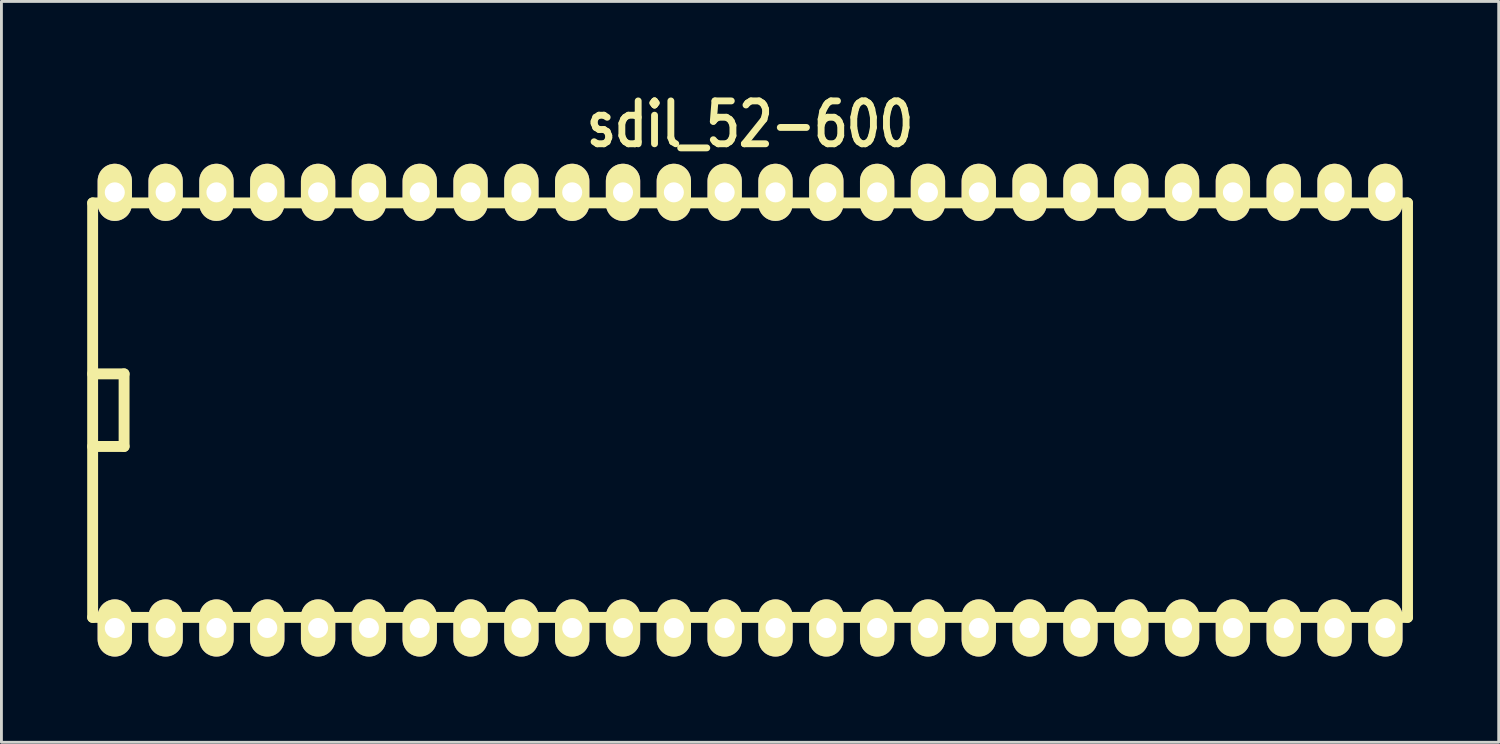
<source format=kicad_pcb>
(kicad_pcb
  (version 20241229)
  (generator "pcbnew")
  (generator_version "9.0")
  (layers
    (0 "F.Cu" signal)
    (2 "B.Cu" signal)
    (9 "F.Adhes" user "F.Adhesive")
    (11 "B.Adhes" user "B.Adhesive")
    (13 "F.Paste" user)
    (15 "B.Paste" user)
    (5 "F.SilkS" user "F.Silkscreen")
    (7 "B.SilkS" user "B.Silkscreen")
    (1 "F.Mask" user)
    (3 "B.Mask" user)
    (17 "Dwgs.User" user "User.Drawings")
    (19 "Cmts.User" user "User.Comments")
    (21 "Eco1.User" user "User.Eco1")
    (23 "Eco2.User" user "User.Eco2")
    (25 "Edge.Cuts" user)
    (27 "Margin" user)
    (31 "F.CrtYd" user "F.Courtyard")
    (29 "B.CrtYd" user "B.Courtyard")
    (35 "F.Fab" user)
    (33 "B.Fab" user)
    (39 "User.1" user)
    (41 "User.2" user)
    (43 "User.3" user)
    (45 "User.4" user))
  (footprint "sdil_52-600"
    (layer "F.Cu")
    (at 23.191 11.299)
    (property "Reference" "sdil_52-600" (at 0 -10 0) (layer "F.SilkS") (effects (font (size 1.5 1.2) (thickness 0.24))))
    (attr through_hole)
    (fp_line (start -23 -7.25) (end -23 7.25) (stroke (width 0.381) (type solid)) (layer "F.SilkS"))
    (fp_line (start -21.9 -1.27) (end -23 -1.27) (stroke (width 0.381) (type solid)) (layer "F.SilkS"))
    (fp_line (start -21.9 -1.27) (end -21.9 1.27) (stroke (width 0.381) (type solid)) (layer "F.SilkS"))
    (fp_line (start -21.9 1.27) (end -23 1.27) (stroke (width 0.381) (type solid)) (layer "F.SilkS"))
    (fp_line (start 23 -7.25) (end -23 -7.25) (stroke (width 0.381) (type solid)) (layer "F.SilkS"))
    (fp_line (start 23 7.25) (end -23 7.25) (stroke (width 0.381) (type solid)) (layer "F.SilkS"))
    (fp_line (start 23 7.25) (end 23 -7.25) (stroke (width 0.381) (type solid)) (layer "F.SilkS"))
    (pad "1" thru_hole oval (at -22.225 7.62) (size 1.2 2) (drill 0.7) (layers "*.Cu" "*.Mask" "F.SilkS"))
    (pad "2" thru_hole oval (at -20.447 7.62) (size 1.2 2) (drill 0.7) (layers "*.Cu" "*.Mask" "F.SilkS"))
    (pad "3" thru_hole oval (at -18.669 7.62) (size 1.2 2) (drill 0.7) (layers "*.Cu" "*.Mask" "F.SilkS"))
    (pad "4" thru_hole oval (at -16.891 7.62) (size 1.2 2) (drill 0.7) (layers "*.Cu" "*.Mask" "F.SilkS"))
    (pad "5" thru_hole oval (at -15.113 7.62) (size 1.2 2) (drill 0.7) (layers "*.Cu" "*.Mask" "F.SilkS"))
    (pad "6" thru_hole oval (at -13.335 7.62) (size 1.2 2) (drill 0.7) (layers "*.Cu" "*.Mask" "F.SilkS"))
    (pad "7" thru_hole oval (at -11.557 7.62) (size 1.2 2) (drill 0.7) (layers "*.Cu" "*.Mask" "F.SilkS"))
    (pad "8" thru_hole oval (at -9.779 7.62) (size 1.2 2) (drill 0.7) (layers "*.Cu" "*.Mask" "F.SilkS"))
    (pad "9" thru_hole oval (at -8.001 7.62) (size 1.2 2) (drill 0.7) (layers "*.Cu" "*.Mask" "F.SilkS"))
    (pad "10" thru_hole oval (at -6.223 7.62) (size 1.2 2) (drill 0.7) (layers "*.Cu" "*.Mask" "F.SilkS"))
    (pad "11" thru_hole oval (at -4.445 7.62) (size 1.2 2) (drill 0.7) (layers "*.Cu" "*.Mask" "F.SilkS"))
    (pad "12" thru_hole oval (at -2.667 7.62) (size 1.2 2) (drill 0.7) (layers "*.Cu" "*.Mask" "F.SilkS"))
    (pad "13" thru_hole oval (at -0.889 7.62) (size 1.2 2) (drill 0.7) (layers "*.Cu" "*.Mask" "F.SilkS"))
    (pad "14" thru_hole oval (at 0.889 7.62) (size 1.2 2) (drill 0.7) (layers "*.Cu" "*.Mask" "F.SilkS"))
    (pad "15" thru_hole oval (at 2.667 7.62) (size 1.2 2) (drill 0.7) (layers "*.Cu" "*.Mask" "F.SilkS"))
    (pad "16" thru_hole oval (at 4.445 7.62) (size 1.2 2) (drill 0.7) (layers "*.Cu" "*.Mask" "F.SilkS"))
    (pad "17" thru_hole oval (at 6.223 7.62) (size 1.2 2) (drill 0.7) (layers "*.Cu" "*.Mask" "F.SilkS"))
    (pad "18" thru_hole oval (at 8.001 7.62) (size 1.2 2) (drill 0.7) (layers "*.Cu" "*.Mask" "F.SilkS"))
    (pad "19" thru_hole oval (at 9.779 7.62) (size 1.2 2) (drill 0.7) (layers "*.Cu" "*.Mask" "F.SilkS"))
    (pad "20" thru_hole oval (at 11.557 7.62) (size 1.2 2) (drill 0.7) (layers "*.Cu" "*.Mask" "F.SilkS"))
    (pad "21" thru_hole oval (at 13.335 7.62) (size 1.2 2) (drill 0.7) (layers "*.Cu" "*.Mask" "F.SilkS"))
    (pad "22" thru_hole oval (at 15.113 7.62) (size 1.2 2) (drill 0.7) (layers "*.Cu" "*.Mask" "F.SilkS"))
    (pad "23" thru_hole oval (at 16.891 7.62) (size 1.2 2) (drill 0.7) (layers "*.Cu" "*.Mask" "F.SilkS"))
    (pad "24" thru_hole oval (at 18.669 7.62) (size 1.2 2) (drill 0.7) (layers "*.Cu" "*.Mask" "F.SilkS"))
    (pad "25" thru_hole oval (at 20.447 7.62) (size 1.2 2) (drill 0.7) (layers "*.Cu" "*.Mask" "F.SilkS"))
    (pad "26" thru_hole oval (at 22.225 7.62) (size 1.2 2) (drill 0.7) (layers "*.Cu" "*.Mask" "F.SilkS"))
    (pad "27" thru_hole oval (at 22.225 -7.62) (size 1.2 2) (drill 0.7) (layers "*.Cu" "*.Mask" "F.SilkS"))
    (pad "28" thru_hole oval (at 20.447 -7.62) (size 1.2 2) (drill 0.7) (layers "*.Cu" "*.Mask" "F.SilkS"))
    (pad "29" thru_hole oval (at 18.669 -7.62) (size 1.2 2) (drill 0.7) (layers "*.Cu" "*.Mask" "F.SilkS"))
    (pad "30" thru_hole oval (at 16.891 -7.62) (size 1.2 2) (drill 0.7) (layers "*.Cu" "*.Mask" "F.SilkS"))
    (pad "31" thru_hole oval (at 15.113 -7.62) (size 1.2 2) (drill 0.7) (layers "*.Cu" "*.Mask" "F.SilkS"))
    (pad "32" thru_hole oval (at 13.335 -7.62) (size 1.2 2) (drill 0.7) (layers "*.Cu" "*.Mask" "F.SilkS"))
    (pad "33" thru_hole oval (at 11.557 -7.62) (size 1.2 2) (drill 0.7) (layers "*.Cu" "*.Mask" "F.SilkS"))
    (pad "34" thru_hole oval (at 9.779 -7.62) (size 1.2 2) (drill 0.7) (layers "*.Cu" "*.Mask" "F.SilkS"))
    (pad "35" thru_hole oval (at 8.001 -7.62) (size 1.2 2) (drill 0.7) (layers "*.Cu" "*.Mask" "F.SilkS"))
    (pad "36" thru_hole oval (at 6.223 -7.62) (size 1.2 2) (drill 0.7) (layers "*.Cu" "*.Mask" "F.SilkS"))
    (pad "37" thru_hole oval (at 4.445 -7.62) (size 1.2 2) (drill 0.7) (layers "*.Cu" "*.Mask" "F.SilkS"))
    (pad "38" thru_hole oval (at 2.667 -7.62) (size 1.2 2) (drill 0.7) (layers "*.Cu" "*.Mask" "F.SilkS"))
    (pad "39" thru_hole oval (at 0.889 -7.62) (size 1.2 2) (drill 0.7) (layers "*.Cu" "*.Mask" "F.SilkS"))
    (pad "40" thru_hole oval (at -0.889 -7.62) (size 1.2 2) (drill 0.7) (layers "*.Cu" "*.Mask" "F.SilkS"))
    (pad "41" thru_hole oval (at -2.667 -7.62) (size 1.2 2) (drill 0.7) (layers "*.Cu" "*.Mask" "F.SilkS"))
    (pad "42" thru_hole oval (at -4.445 -7.62) (size 1.2 2) (drill 0.7) (layers "*.Cu" "*.Mask" "F.SilkS"))
    (pad "43" thru_hole oval (at -6.223 -7.62) (size 1.2 2) (drill 0.7) (layers "*.Cu" "*.Mask" "F.SilkS"))
    (pad "44" thru_hole oval (at -8.001 -7.62) (size 1.2 2) (drill 0.7) (layers "*.Cu" "*.Mask" "F.SilkS"))
    (pad "45" thru_hole oval (at -9.779 -7.62) (size 1.2 2) (drill 0.7) (layers "*.Cu" "*.Mask" "F.SilkS"))
    (pad "46" thru_hole oval (at -11.557 -7.62) (size 1.2 2) (drill 0.7) (layers "*.Cu" "*.Mask" "F.SilkS"))
    (pad "47" thru_hole oval (at -13.335 -7.62) (size 1.2 2) (drill 0.7) (layers "*.Cu" "*.Mask" "F.SilkS"))
    (pad "48" thru_hole oval (at -15.113 -7.62) (size 1.2 2) (drill 0.7) (layers "*.Cu" "*.Mask" "F.SilkS"))
    (pad "49" thru_hole oval (at -16.891 -7.62) (size 1.2 2) (drill 0.7) (layers "*.Cu" "*.Mask" "F.SilkS"))
    (pad "50" thru_hole oval (at -18.669 -7.62) (size 1.2 2) (drill 0.7) (layers "*.Cu" "*.Mask" "F.SilkS"))
    (pad "51" thru_hole oval (at -20.447 -7.62) (size 1.2 2) (drill 0.7) (layers "*.Cu" "*.Mask" "F.SilkS"))
    (pad "52" thru_hole oval (at -22.225 -7.62) (size 1.2 2) (drill 0.7) (layers "*.Cu" "*.Mask" "F.SilkS")))
  (gr_rect
    (start -3 -3)
    (end 49.381 22.919)
    (stroke (width 0.1) (type default))
    (fill no)
    (layer "Edge.Cuts")))
</source>
